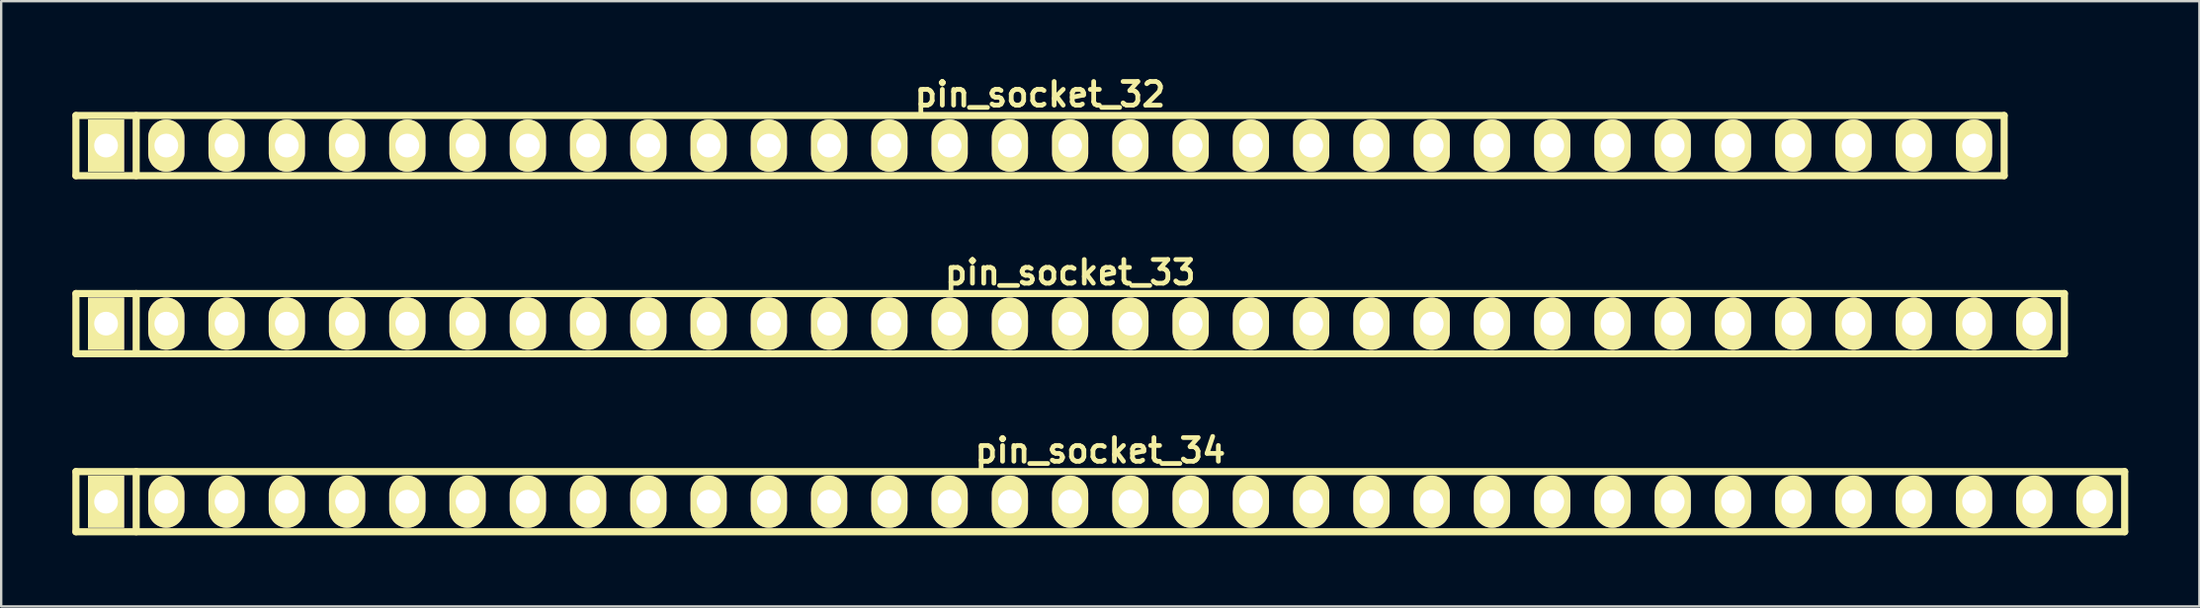
<source format=kicad_pcb>
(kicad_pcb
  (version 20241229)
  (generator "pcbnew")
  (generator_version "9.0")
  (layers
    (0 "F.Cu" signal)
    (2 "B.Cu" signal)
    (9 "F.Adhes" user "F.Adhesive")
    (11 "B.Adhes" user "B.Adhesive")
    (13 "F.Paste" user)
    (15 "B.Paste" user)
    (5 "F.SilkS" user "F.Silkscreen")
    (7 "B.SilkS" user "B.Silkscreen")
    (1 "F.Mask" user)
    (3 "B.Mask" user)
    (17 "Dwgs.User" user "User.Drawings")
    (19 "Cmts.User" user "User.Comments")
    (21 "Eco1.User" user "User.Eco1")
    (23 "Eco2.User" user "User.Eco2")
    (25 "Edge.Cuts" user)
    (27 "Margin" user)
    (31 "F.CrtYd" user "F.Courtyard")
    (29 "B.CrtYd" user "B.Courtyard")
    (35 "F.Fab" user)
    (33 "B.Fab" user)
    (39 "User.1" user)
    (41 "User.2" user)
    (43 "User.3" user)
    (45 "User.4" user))
  (footprint "pin_socket_32"
    (layer "F.Cu")
    (at 40.79 3.095)
    (property "Reference" "pin_socket_32" (at 0 -2.159 0) (layer "F.SilkS") (effects (font (size 1 1) (thickness 0.2))))
    (attr through_hole)
    (fp_line (start -40.64 -1.27) (end 40.64 -1.27) (stroke (width 0.3) (type solid)) (layer "F.SilkS"))
    (fp_line (start -40.64 1.27) (end -40.64 -1.27) (stroke (width 0.3) (type solid)) (layer "F.SilkS"))
    (fp_line (start -38.1 -1.27) (end -38.1 1.27) (stroke (width 0.3) (type solid)) (layer "F.SilkS"))
    (fp_line (start 40.64 -1.27) (end 40.64 1.27) (stroke (width 0.3) (type solid)) (layer "F.SilkS"))
    (fp_line (start 40.64 1.27) (end -40.64 1.27) (stroke (width 0.3) (type solid)) (layer "F.SilkS"))
    (pad "1" thru_hole rect (at -39.37 0) (size 1.524 2.2) (drill 1.001) (layers "*.Cu" "*.Mask" "F.SilkS"))
    (pad "2" thru_hole oval (at -36.83 0) (size 1.524 2.2) (drill 1.001) (layers "*.Cu" "*.Mask" "F.SilkS"))
    (pad "3" thru_hole oval (at -34.29 0) (size 1.524 2.2) (drill 1.001) (layers "*.Cu" "*.Mask" "F.SilkS"))
    (pad "4" thru_hole oval (at -31.75 0) (size 1.524 2.2) (drill 1.001) (layers "*.Cu" "*.Mask" "F.SilkS"))
    (pad "5" thru_hole oval (at -29.21 0) (size 1.524 2.2) (drill 1.001) (layers "*.Cu" "*.Mask" "F.SilkS"))
    (pad "6" thru_hole oval (at -26.67 0) (size 1.524 2.2) (drill 1.001) (layers "*.Cu" "*.Mask" "F.SilkS"))
    (pad "7" thru_hole oval (at -24.13 0) (size 1.524 2.2) (drill 1.001) (layers "*.Cu" "*.Mask" "F.SilkS"))
    (pad "8" thru_hole oval (at -21.59 0) (size 1.524 2.2) (drill 1.001) (layers "*.Cu" "*.Mask" "F.SilkS"))
    (pad "9" thru_hole oval (at -19.05 0) (size 1.524 2.2) (drill 1.001) (layers "*.Cu" "*.Mask" "F.SilkS"))
    (pad "10" thru_hole oval (at -16.51 0) (size 1.524 2.2) (drill 1.001) (layers "*.Cu" "*.Mask" "F.SilkS"))
    (pad "11" thru_hole oval (at -13.97 0) (size 1.524 2.2) (drill 1.001) (layers "*.Cu" "*.Mask" "F.SilkS"))
    (pad "12" thru_hole oval (at -11.43 0) (size 1.524 2.2) (drill 1.001) (layers "*.Cu" "*.Mask" "F.SilkS"))
    (pad "13" thru_hole oval (at -8.89 0) (size 1.524 2.2) (drill 1.001) (layers "*.Cu" "*.Mask" "F.SilkS"))
    (pad "14" thru_hole oval (at -6.35 0) (size 1.524 2.2) (drill 1.001) (layers "*.Cu" "*.Mask" "F.SilkS"))
    (pad "15" thru_hole oval (at -3.81 0) (size 1.524 2.2) (drill 1.001) (layers "*.Cu" "*.Mask" "F.SilkS"))
    (pad "16" thru_hole oval (at -1.27 0) (size 1.524 2.2) (drill 1.001) (layers "*.Cu" "*.Mask" "F.SilkS"))
    (pad "17" thru_hole oval (at 1.27 0) (size 1.524 2.2) (drill 1.001) (layers "*.Cu" "*.Mask" "F.SilkS"))
    (pad "18" thru_hole oval (at 3.81 0) (size 1.524 2.2) (drill 1.001) (layers "*.Cu" "*.Mask" "F.SilkS"))
    (pad "19" thru_hole oval (at 6.35 0) (size 1.524 2.2) (drill 1.001) (layers "*.Cu" "*.Mask" "F.SilkS"))
    (pad "20" thru_hole oval (at 8.89 0) (size 1.524 2.2) (drill 1.001) (layers "*.Cu" "*.Mask" "F.SilkS"))
    (pad "21" thru_hole oval (at 11.43 0) (size 1.524 2.2) (drill 1.001) (layers "*.Cu" "*.Mask" "F.SilkS"))
    (pad "22" thru_hole oval (at 13.97 0) (size 1.524 2.2) (drill 1.001) (layers "*.Cu" "*.Mask" "F.SilkS"))
    (pad "23" thru_hole oval (at 16.51 0) (size 1.524 2.2) (drill 1.001) (layers "*.Cu" "*.Mask" "F.SilkS"))
    (pad "24" thru_hole oval (at 19.05 0) (size 1.524 2.2) (drill 1.001) (layers "*.Cu" "*.Mask" "F.SilkS"))
    (pad "25" thru_hole oval (at 21.59 0) (size 1.524 2.2) (drill 1.001) (layers "*.Cu" "*.Mask" "F.SilkS"))
    (pad "26" thru_hole oval (at 24.13 0) (size 1.524 2.2) (drill 1.001) (layers "*.Cu" "*.Mask" "F.SilkS"))
    (pad "27" thru_hole oval (at 26.67 0) (size 1.524 2.2) (drill 1.001) (layers "*.Cu" "*.Mask" "F.SilkS"))
    (pad "28" thru_hole oval (at 29.21 0) (size 1.524 2.2) (drill 1.001) (layers "*.Cu" "*.Mask" "F.SilkS"))
    (pad "29" thru_hole oval (at 31.75 0) (size 1.524 2.2) (drill 1.001) (layers "*.Cu" "*.Mask" "F.SilkS"))
    (pad "30" thru_hole oval (at 34.29 0) (size 1.524 2.2) (drill 1.001) (layers "*.Cu" "*.Mask" "F.SilkS"))
    (pad "31" thru_hole oval (at 36.83 0) (size 1.524 2.2) (drill 1.001) (layers "*.Cu" "*.Mask" "F.SilkS"))
    (pad "32" thru_hole oval (at 39.37 0) (size 1.524 2.2) (drill 1.001) (layers "*.Cu" "*.Mask" "F.SilkS")))
  (footprint "pin_socket_34"
    (layer "F.Cu")
    (at 43.33 18.125)
    (property "Reference" "pin_socket_34" (at 0 -2.159 0) (layer "F.SilkS") (effects (font (size 1 1) (thickness 0.2))))
    (attr through_hole)
    (fp_line (start -43.18 -1.27) (end 43.18 -1.27) (stroke (width 0.3) (type solid)) (layer "F.SilkS"))
    (fp_line (start -43.18 1.27) (end -43.18 -1.27) (stroke (width 0.3) (type solid)) (layer "F.SilkS"))
    (fp_line (start -40.64 -1.27) (end -40.64 1.27) (stroke (width 0.3) (type solid)) (layer "F.SilkS"))
    (fp_line (start 43.18 -1.27) (end 43.18 1.27) (stroke (width 0.3) (type solid)) (layer "F.SilkS"))
    (fp_line (start 43.18 1.27) (end -43.18 1.27) (stroke (width 0.3) (type solid)) (layer "F.SilkS"))
    (pad "1" thru_hole rect (at -41.91 0) (size 1.524 2.2) (drill 1.001) (layers "*.Cu" "*.Mask" "F.SilkS"))
    (pad "2" thru_hole oval (at -39.37 0) (size 1.524 2.2) (drill 1.001) (layers "*.Cu" "*.Mask" "F.SilkS"))
    (pad "3" thru_hole oval (at -36.83 0) (size 1.524 2.2) (drill 1.001) (layers "*.Cu" "*.Mask" "F.SilkS"))
    (pad "4" thru_hole oval (at -34.29 0) (size 1.524 2.2) (drill 1.001) (layers "*.Cu" "*.Mask" "F.SilkS"))
    (pad "5" thru_hole oval (at -31.75 0) (size 1.524 2.2) (drill 1.001) (layers "*.Cu" "*.Mask" "F.SilkS"))
    (pad "6" thru_hole oval (at -29.21 0) (size 1.524 2.2) (drill 1.001) (layers "*.Cu" "*.Mask" "F.SilkS"))
    (pad "7" thru_hole oval (at -26.67 0) (size 1.524 2.2) (drill 1.001) (layers "*.Cu" "*.Mask" "F.SilkS"))
    (pad "8" thru_hole oval (at -24.13 0) (size 1.524 2.2) (drill 1.001) (layers "*.Cu" "*.Mask" "F.SilkS"))
    (pad "9" thru_hole oval (at -21.59 0) (size 1.524 2.2) (drill 1.001) (layers "*.Cu" "*.Mask" "F.SilkS"))
    (pad "10" thru_hole oval (at -19.05 0) (size 1.524 2.2) (drill 1.001) (layers "*.Cu" "*.Mask" "F.SilkS"))
    (pad "11" thru_hole oval (at -16.51 0) (size 1.524 2.2) (drill 1.001) (layers "*.Cu" "*.Mask" "F.SilkS"))
    (pad "12" thru_hole oval (at -13.97 0) (size 1.524 2.2) (drill 1.001) (layers "*.Cu" "*.Mask" "F.SilkS"))
    (pad "13" thru_hole oval (at -11.43 0) (size 1.524 2.2) (drill 1.001) (layers "*.Cu" "*.Mask" "F.SilkS"))
    (pad "14" thru_hole oval (at -8.89 0) (size 1.524 2.2) (drill 1.001) (layers "*.Cu" "*.Mask" "F.SilkS"))
    (pad "15" thru_hole oval (at -6.35 0) (size 1.524 2.2) (drill 1.001) (layers "*.Cu" "*.Mask" "F.SilkS"))
    (pad "16" thru_hole oval (at -3.81 0) (size 1.524 2.2) (drill 1.001) (layers "*.Cu" "*.Mask" "F.SilkS"))
    (pad "17" thru_hole oval (at -1.27 0) (size 1.524 2.2) (drill 1.001) (layers "*.Cu" "*.Mask" "F.SilkS"))
    (pad "18" thru_hole oval (at 1.27 0) (size 1.524 2.2) (drill 1.001) (layers "*.Cu" "*.Mask" "F.SilkS"))
    (pad "19" thru_hole oval (at 3.81 0) (size 1.524 2.2) (drill 1.001) (layers "*.Cu" "*.Mask" "F.SilkS"))
    (pad "20" thru_hole oval (at 6.35 0) (size 1.524 2.2) (drill 1.001) (layers "*.Cu" "*.Mask" "F.SilkS"))
    (pad "21" thru_hole oval (at 8.89 0) (size 1.524 2.2) (drill 1.001) (layers "*.Cu" "*.Mask" "F.SilkS"))
    (pad "22" thru_hole oval (at 11.43 0) (size 1.524 2.2) (drill 1.001) (layers "*.Cu" "*.Mask" "F.SilkS"))
    (pad "23" thru_hole oval (at 13.97 0) (size 1.524 2.2) (drill 1.001) (layers "*.Cu" "*.Mask" "F.SilkS"))
    (pad "24" thru_hole oval (at 16.51 0) (size 1.524 2.2) (drill 1.001) (layers "*.Cu" "*.Mask" "F.SilkS"))
    (pad "25" thru_hole oval (at 19.05 0) (size 1.524 2.2) (drill 1.001) (layers "*.Cu" "*.Mask" "F.SilkS"))
    (pad "26" thru_hole oval (at 21.59 0) (size 1.524 2.2) (drill 1.001) (layers "*.Cu" "*.Mask" "F.SilkS"))
    (pad "27" thru_hole oval (at 24.13 0) (size 1.524 2.2) (drill 1.001) (layers "*.Cu" "*.Mask" "F.SilkS"))
    (pad "28" thru_hole oval (at 26.67 0) (size 1.524 2.2) (drill 1.001) (layers "*.Cu" "*.Mask" "F.SilkS"))
    (pad "29" thru_hole oval (at 29.21 0) (size 1.524 2.2) (drill 1.001) (layers "*.Cu" "*.Mask" "F.SilkS"))
    (pad "30" thru_hole oval (at 31.75 0) (size 1.524 2.2) (drill 1.001) (layers "*.Cu" "*.Mask" "F.SilkS"))
    (pad "31" thru_hole oval (at 34.29 0) (size 1.524 2.2) (drill 1.001) (layers "*.Cu" "*.Mask" "F.SilkS"))
    (pad "32" thru_hole oval (at 36.83 0) (size 1.524 2.2) (drill 1.001) (layers "*.Cu" "*.Mask" "F.SilkS"))
    (pad "33" thru_hole oval (at 39.37 0) (size 1.524 2.2) (drill 1.001) (layers "*.Cu" "*.Mask" "F.SilkS"))
    (pad "34" thru_hole oval (at 41.91 0) (size 1.524 2.2) (drill 1.001) (layers "*.Cu" "*.Mask" "F.SilkS")))
  (footprint "pin_socket_33"
    (layer "F.Cu")
    (at 42.06 10.61)
    (property "Reference" "pin_socket_33" (at 0 -2.159 0) (layer "F.SilkS") (effects (font (size 1 1) (thickness 0.2))))
    (attr through_hole)
    (fp_line (start -41.91 -1.27) (end 41.91 -1.27) (stroke (width 0.3) (type solid)) (layer "F.SilkS"))
    (fp_line (start -41.91 1.27) (end -41.91 -1.27) (stroke (width 0.3) (type solid)) (layer "F.SilkS"))
    (fp_line (start -39.37 -1.27) (end -39.37 1.27) (stroke (width 0.3) (type solid)) (layer "F.SilkS"))
    (fp_line (start 41.91 -1.27) (end 41.91 1.27) (stroke (width 0.3) (type solid)) (layer "F.SilkS"))
    (fp_line (start 41.91 1.27) (end -41.91 1.27) (stroke (width 0.3) (type solid)) (layer "F.SilkS"))
    (pad "1" thru_hole rect (at -40.64 0) (size 1.524 2.2) (drill 1.001) (layers "*.Cu" "*.Mask" "F.SilkS"))
    (pad "2" thru_hole oval (at -38.1 0) (size 1.524 2.2) (drill 1.001) (layers "*.Cu" "*.Mask" "F.SilkS"))
    (pad "3" thru_hole oval (at -35.56 0) (size 1.524 2.2) (drill 1.001) (layers "*.Cu" "*.Mask" "F.SilkS"))
    (pad "4" thru_hole oval (at -33.02 0) (size 1.524 2.2) (drill 1.001) (layers "*.Cu" "*.Mask" "F.SilkS"))
    (pad "5" thru_hole oval (at -30.48 0) (size 1.524 2.2) (drill 1.001) (layers "*.Cu" "*.Mask" "F.SilkS"))
    (pad "6" thru_hole oval (at -27.94 0) (size 1.524 2.2) (drill 1.001) (layers "*.Cu" "*.Mask" "F.SilkS"))
    (pad "7" thru_hole oval (at -25.4 0) (size 1.524 2.2) (drill 1.001) (layers "*.Cu" "*.Mask" "F.SilkS"))
    (pad "8" thru_hole oval (at -22.86 0) (size 1.524 2.2) (drill 1.001) (layers "*.Cu" "*.Mask" "F.SilkS"))
    (pad "9" thru_hole oval (at -20.32 0) (size 1.524 2.2) (drill 1.001) (layers "*.Cu" "*.Mask" "F.SilkS"))
    (pad "10" thru_hole oval (at -17.78 0) (size 1.524 2.2) (drill 1.001) (layers "*.Cu" "*.Mask" "F.SilkS"))
    (pad "11" thru_hole oval (at -15.24 0) (size 1.524 2.2) (drill 1.001) (layers "*.Cu" "*.Mask" "F.SilkS"))
    (pad "12" thru_hole oval (at -12.7 0) (size 1.524 2.2) (drill 1.001) (layers "*.Cu" "*.Mask" "F.SilkS"))
    (pad "13" thru_hole oval (at -10.16 0) (size 1.524 2.2) (drill 1.001) (layers "*.Cu" "*.Mask" "F.SilkS"))
    (pad "14" thru_hole oval (at -7.62 0) (size 1.524 2.2) (drill 1.001) (layers "*.Cu" "*.Mask" "F.SilkS"))
    (pad "15" thru_hole oval (at -5.08 0) (size 1.524 2.2) (drill 1.001) (layers "*.Cu" "*.Mask" "F.SilkS"))
    (pad "16" thru_hole oval (at -2.54 0) (size 1.524 2.2) (drill 1.001) (layers "*.Cu" "*.Mask" "F.SilkS"))
    (pad "17" thru_hole oval (at 0 0) (size 1.524 2.2) (drill 1.001) (layers "*.Cu" "*.Mask" "F.SilkS"))
    (pad "18" thru_hole oval (at 2.54 0) (size 1.524 2.2) (drill 1.001) (layers "*.Cu" "*.Mask" "F.SilkS"))
    (pad "19" thru_hole oval (at 5.08 0) (size 1.524 2.2) (drill 1.001) (layers "*.Cu" "*.Mask" "F.SilkS"))
    (pad "20" thru_hole oval (at 7.62 0) (size 1.524 2.2) (drill 1.001) (layers "*.Cu" "*.Mask" "F.SilkS"))
    (pad "21" thru_hole oval (at 10.16 0) (size 1.524 2.2) (drill 1.001) (layers "*.Cu" "*.Mask" "F.SilkS"))
    (pad "22" thru_hole oval (at 12.7 0) (size 1.524 2.2) (drill 1.001) (layers "*.Cu" "*.Mask" "F.SilkS"))
    (pad "23" thru_hole oval (at 15.24 0) (size 1.524 2.2) (drill 1.001) (layers "*.Cu" "*.Mask" "F.SilkS"))
    (pad "24" thru_hole oval (at 17.78 0) (size 1.524 2.2) (drill 1.001) (layers "*.Cu" "*.Mask" "F.SilkS"))
    (pad "25" thru_hole oval (at 20.32 0) (size 1.524 2.2) (drill 1.001) (layers "*.Cu" "*.Mask" "F.SilkS"))
    (pad "26" thru_hole oval (at 22.86 0) (size 1.524 2.2) (drill 1.001) (layers "*.Cu" "*.Mask" "F.SilkS"))
    (pad "27" thru_hole oval (at 25.4 0) (size 1.524 2.2) (drill 1.001) (layers "*.Cu" "*.Mask" "F.SilkS"))
    (pad "28" thru_hole oval (at 27.94 0) (size 1.524 2.2) (drill 1.001) (layers "*.Cu" "*.Mask" "F.SilkS"))
    (pad "29" thru_hole oval (at 30.48 0) (size 1.524 2.2) (drill 1.001) (layers "*.Cu" "*.Mask" "F.SilkS"))
    (pad "30" thru_hole oval (at 33.02 0) (size 1.524 2.2) (drill 1.001) (layers "*.Cu" "*.Mask" "F.SilkS"))
    (pad "31" thru_hole oval (at 35.56 0) (size 1.524 2.2) (drill 1.001) (layers "*.Cu" "*.Mask" "F.SilkS"))
    (pad "32" thru_hole oval (at 38.1 0) (size 1.524 2.2) (drill 1.001) (layers "*.Cu" "*.Mask" "F.SilkS"))
    (pad "33" thru_hole oval (at 40.64 0) (size 1.524 2.2) (drill 1.001) (layers "*.Cu" "*.Mask" "F.SilkS")))
  (gr_rect
    (start -3 -3)
    (end 89.66 22.545)
    (stroke (width 0.1) (type default))
    (fill no)
    (layer "Edge.Cuts")))
</source>
